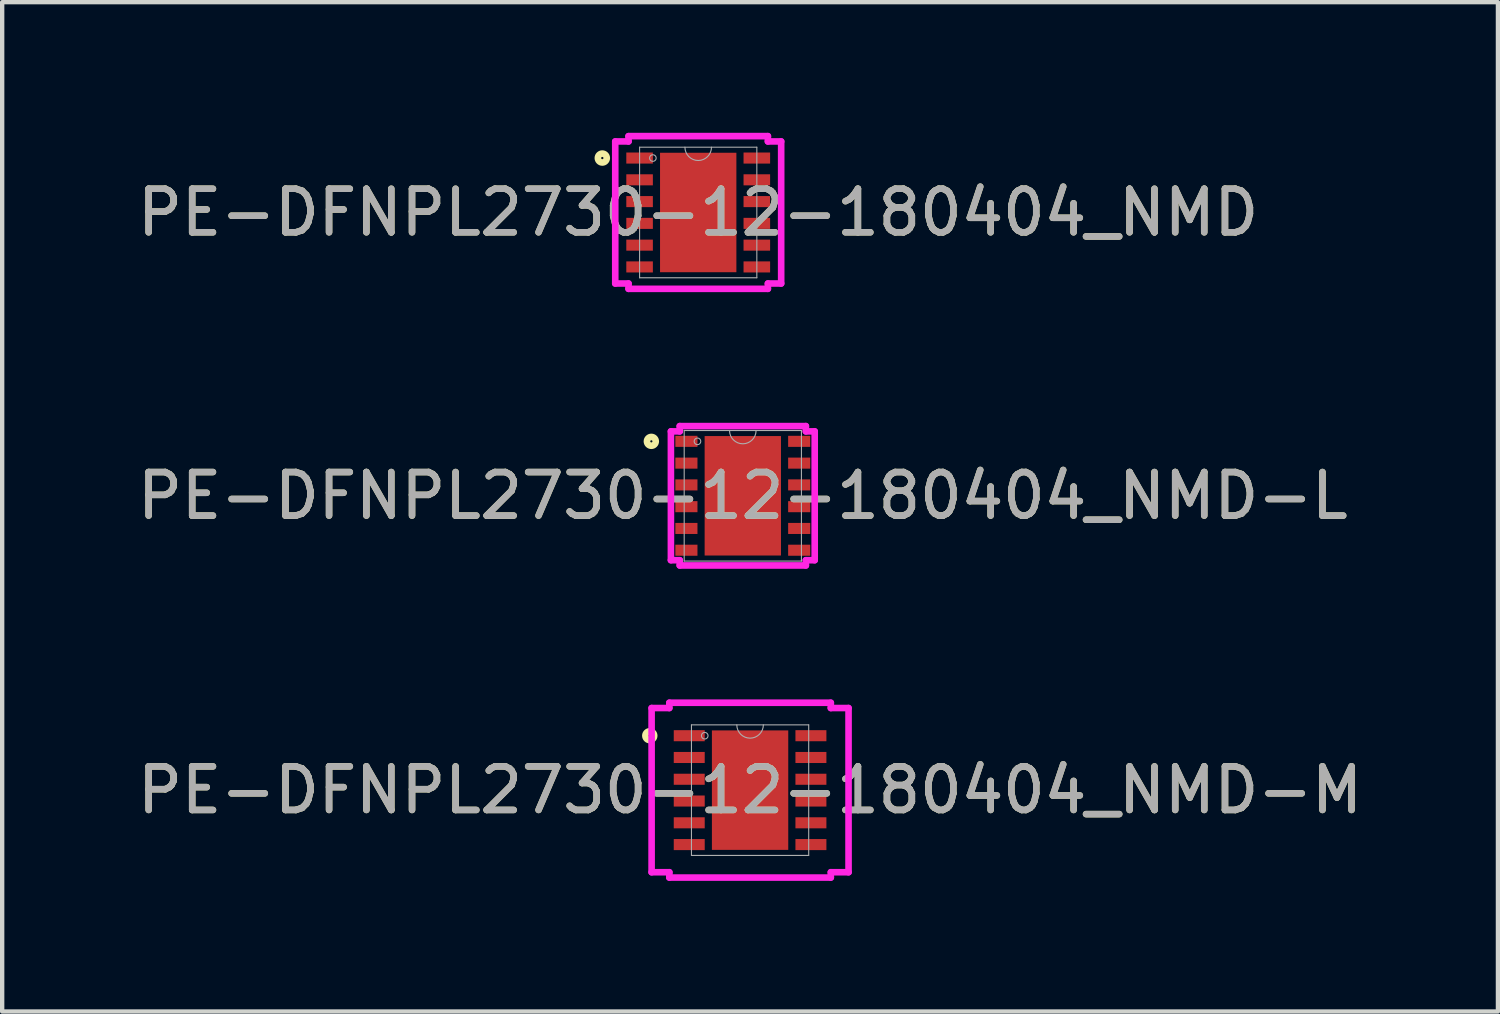
<source format=kicad_pcb>
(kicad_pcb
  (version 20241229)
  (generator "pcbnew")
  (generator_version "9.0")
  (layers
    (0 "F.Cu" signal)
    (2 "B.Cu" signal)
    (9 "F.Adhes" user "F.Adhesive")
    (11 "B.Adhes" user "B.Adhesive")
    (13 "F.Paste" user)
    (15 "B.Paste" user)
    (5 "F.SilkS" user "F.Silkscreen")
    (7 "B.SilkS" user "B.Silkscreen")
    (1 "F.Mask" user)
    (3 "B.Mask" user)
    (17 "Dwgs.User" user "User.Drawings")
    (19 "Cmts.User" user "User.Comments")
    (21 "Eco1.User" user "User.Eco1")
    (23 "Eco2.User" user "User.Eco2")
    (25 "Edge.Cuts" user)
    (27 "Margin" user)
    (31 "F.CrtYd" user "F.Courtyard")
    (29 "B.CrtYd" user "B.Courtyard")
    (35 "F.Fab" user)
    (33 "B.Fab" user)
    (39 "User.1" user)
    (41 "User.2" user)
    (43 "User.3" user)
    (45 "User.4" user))
  (footprint "PE-DFNPL2730-12-180404_NMD"
    (layer "F.Cu")
    (at 12.982 1.829)
    (property "Reference" "PE-DFNPL2730-12-180404_NMD" (at 0 0 0) (unlocked yes) (layer "F.SilkS") (effects (font (size 1 1) (thickness 0.15))))
    (attr smd)
    (fp_circle (center -2.202 -1.25) (end -2.1 -1.25) (stroke (width 0.152) (type solid)) (fill no) (layer "F.SilkS"))
    (fp_poly (pts (xy -0.776 -1.272) (xy -0.776 -0.1) (xy 0.776 -0.1) (xy 0.776 -1.272)) (stroke (width 0) (type solid)) (fill yes) (layer "F.Paste"))
    (fp_poly (pts (xy -0.776 0.1) (xy -0.776 1.272) (xy 0.776 1.272) (xy 0.776 0.1)) (stroke (width 0) (type solid)) (fill yes) (layer "F.Paste"))
    (fp_line (start -1.905 -1.631) (end -1.6 -1.631) (stroke (width 0.152) (type solid)) (layer "F.CrtYd"))
    (fp_line (start -1.905 1.631) (end -1.905 -1.631) (stroke (width 0.152) (type solid)) (layer "F.CrtYd"))
    (fp_line (start -1.905 1.631) (end -1.6 1.631) (stroke (width 0.152) (type solid)) (layer "F.CrtYd"))
    (fp_line (start -1.6 -1.753) (end 1.6 -1.753) (stroke (width 0.152) (type solid)) (layer "F.CrtYd"))
    (fp_line (start -1.6 -1.631) (end -1.6 -1.753) (stroke (width 0.152) (type solid)) (layer "F.CrtYd"))
    (fp_line (start -1.6 1.753) (end -1.6 1.631) (stroke (width 0.152) (type solid)) (layer "F.CrtYd"))
    (fp_line (start 1.6 -1.753) (end 1.6 -1.631) (stroke (width 0.152) (type solid)) (layer "F.CrtYd"))
    (fp_line (start 1.6 1.631) (end 1.6 1.753) (stroke (width 0.152) (type solid)) (layer "F.CrtYd"))
    (fp_line (start 1.6 1.753) (end -1.6 1.753) (stroke (width 0.152) (type solid)) (layer "F.CrtYd"))
    (fp_line (start 1.905 -1.631) (end 1.6 -1.631) (stroke (width 0.152) (type solid)) (layer "F.CrtYd"))
    (fp_line (start 1.905 -1.631) (end 1.905 1.631) (stroke (width 0.152) (type solid)) (layer "F.CrtYd"))
    (fp_line (start 1.905 1.631) (end 1.6 1.631) (stroke (width 0.152) (type solid)) (layer "F.CrtYd"))
    (fp_line (start -1.346 -1.499) (end -1.346 1.499) (stroke (width 0.025) (type solid)) (layer "F.Fab"))
    (fp_line (start -1.346 1.499) (end 1.346 1.499) (stroke (width 0.025) (type solid)) (layer "F.Fab"))
    (fp_line (start 1.346 -1.499) (end -1.346 -1.499) (stroke (width 0.025) (type solid)) (layer "F.Fab"))
    (fp_line (start 1.346 1.499) (end 1.346 -1.499) (stroke (width 0.025) (type solid)) (layer "F.Fab"))
    (fp_arc (start 0.3048 -1.4986) (mid 0 -1.1938) (end -0.3048 -1.4986) (stroke (width 0.0254) (type solid)) (layer "F.Fab"))
    (fp_circle (center -1.041 -1.25) (end -0.965 -1.25) (stroke (width 0.025) (type solid)) (fill no) (layer "F.Fab"))
    (fp_text user "${REFERENCE}" (at 0 0 0) (unlocked yes) (layer "F.Fab") (effects (font (size 1 1) (thickness 0.15))))
    (pad "1" smd rect (at -1.346 -1.25) (size 0.61 0.254) (layers "F.Cu" "F.Mask" "F.Paste"))
    (pad "2" smd rect (at -1.346 -0.75) (size 0.61 0.254) (layers "F.Cu" "F.Mask" "F.Paste"))
    (pad "3" smd rect (at -1.346 -0.25) (size 0.61 0.254) (layers "F.Cu" "F.Mask" "F.Paste"))
    (pad "4" smd rect (at -1.346 0.25) (size 0.61 0.254) (layers "F.Cu" "F.Mask" "F.Paste"))
    (pad "5" smd rect (at -1.346 0.75) (size 0.61 0.254) (layers "F.Cu" "F.Mask" "F.Paste"))
    (pad "6" smd rect (at -1.346 1.25) (size 0.61 0.254) (layers "F.Cu" "F.Mask" "F.Paste"))
    (pad "7" smd rect (at 1.346 1.25) (size 0.61 0.254) (layers "F.Cu" "F.Mask" "F.Paste"))
    (pad "8" smd rect (at 1.346 0.75) (size 0.61 0.254) (layers "F.Cu" "F.Mask" "F.Paste"))
    (pad "9" smd rect (at 1.346 0.25) (size 0.61 0.254) (layers "F.Cu" "F.Mask" "F.Paste"))
    (pad "10" smd rect (at 1.346 -0.25) (size 0.61 0.254) (layers "F.Cu" "F.Mask" "F.Paste"))
    (pad "11" smd rect (at 1.346 -0.75) (size 0.61 0.254) (layers "F.Cu" "F.Mask" "F.Paste"))
    (pad "12" smd rect (at 1.346 -1.25) (size 0.61 0.254) (layers "F.Cu" "F.Mask" "F.Paste"))
    (pad "13" smd rect (at 0 0) (size 1.753 2.743) (layers "F.Cu" "F.Mask" "F.Paste")))
  (footprint "PE-DFNPL2730-12-180404_NMD-L"
    (layer "F.Cu")
    (at 14.006 8.334)
    (property "Reference" "PE-DFNPL2730-12-180404_NMD-L" (at 0 0 0) (unlocked yes) (layer "F.SilkS") (effects (font (size 1 1) (thickness 0.15))))
    (attr smd)
    (fp_circle (center -2.1 -1.25) (end -1.999 -1.25) (stroke (width 0.152) (type solid)) (fill no) (layer "F.SilkS"))
    (fp_poly (pts (xy -0.776 -1.272) (xy -0.776 -0.1) (xy 0.776 -0.1) (xy 0.776 -1.272)) (stroke (width 0) (type solid)) (fill yes) (layer "F.Paste"))
    (fp_poly (pts (xy -0.776 0.1) (xy -0.776 1.272) (xy 0.776 1.272) (xy 0.776 0.1)) (stroke (width 0) (type solid)) (fill yes) (layer "F.Paste"))
    (fp_line (start -1.651 -1.479) (end -1.448 -1.479) (stroke (width 0.152) (type solid)) (layer "F.CrtYd"))
    (fp_line (start -1.651 1.479) (end -1.651 -1.479) (stroke (width 0.152) (type solid)) (layer "F.CrtYd"))
    (fp_line (start -1.651 1.479) (end -1.448 1.479) (stroke (width 0.152) (type solid)) (layer "F.CrtYd"))
    (fp_line (start -1.448 -1.6) (end 1.448 -1.6) (stroke (width 0.152) (type solid)) (layer "F.CrtYd"))
    (fp_line (start -1.448 -1.479) (end -1.448 -1.6) (stroke (width 0.152) (type solid)) (layer "F.CrtYd"))
    (fp_line (start -1.448 1.6) (end -1.448 1.479) (stroke (width 0.152) (type solid)) (layer "F.CrtYd"))
    (fp_line (start 1.448 -1.6) (end 1.448 -1.479) (stroke (width 0.152) (type solid)) (layer "F.CrtYd"))
    (fp_line (start 1.448 1.479) (end 1.448 1.6) (stroke (width 0.152) (type solid)) (layer "F.CrtYd"))
    (fp_line (start 1.448 1.6) (end -1.448 1.6) (stroke (width 0.152) (type solid)) (layer "F.CrtYd"))
    (fp_line (start 1.651 -1.479) (end 1.448 -1.479) (stroke (width 0.152) (type solid)) (layer "F.CrtYd"))
    (fp_line (start 1.651 -1.479) (end 1.651 1.479) (stroke (width 0.152) (type solid)) (layer "F.CrtYd"))
    (fp_line (start 1.651 1.479) (end 1.448 1.479) (stroke (width 0.152) (type solid)) (layer "F.CrtYd"))
    (fp_line (start -1.346 -1.499) (end -1.346 1.499) (stroke (width 0.025) (type solid)) (layer "F.Fab"))
    (fp_line (start -1.346 1.499) (end 1.346 1.499) (stroke (width 0.025) (type solid)) (layer "F.Fab"))
    (fp_line (start 1.346 -1.499) (end -1.346 -1.499) (stroke (width 0.025) (type solid)) (layer "F.Fab"))
    (fp_line (start 1.346 1.499) (end 1.346 -1.499) (stroke (width 0.025) (type solid)) (layer "F.Fab"))
    (fp_arc (start 0.3048 -1.4986) (mid 0 -1.1938) (end -0.3048 -1.4986) (stroke (width 0.0254) (type solid)) (layer "F.Fab"))
    (fp_circle (center -1.041 -1.25) (end -0.965 -1.25) (stroke (width 0.025) (type solid)) (fill no) (layer "F.Fab"))
    (fp_text user "${REFERENCE}" (at 0 0 0) (unlocked yes) (layer "F.Fab") (effects (font (size 1 1) (thickness 0.15))))
    (pad "1" smd rect (at -1.295 -1.25) (size 0.508 0.254) (layers "F.Cu" "F.Mask" "F.Paste"))
    (pad "2" smd rect (at -1.295 -0.75) (size 0.508 0.254) (layers "F.Cu" "F.Mask" "F.Paste"))
    (pad "3" smd rect (at -1.295 -0.25) (size 0.508 0.254) (layers "F.Cu" "F.Mask" "F.Paste"))
    (pad "4" smd rect (at -1.295 0.25) (size 0.508 0.254) (layers "F.Cu" "F.Mask" "F.Paste"))
    (pad "5" smd rect (at -1.295 0.75) (size 0.508 0.254) (layers "F.Cu" "F.Mask" "F.Paste"))
    (pad "6" smd rect (at -1.295 1.25) (size 0.508 0.254) (layers "F.Cu" "F.Mask" "F.Paste"))
    (pad "7" smd rect (at 1.295 1.25) (size 0.508 0.254) (layers "F.Cu" "F.Mask" "F.Paste"))
    (pad "8" smd rect (at 1.295 0.75) (size 0.508 0.254) (layers "F.Cu" "F.Mask" "F.Paste"))
    (pad "9" smd rect (at 1.295 0.25) (size 0.508 0.254) (layers "F.Cu" "F.Mask" "F.Paste"))
    (pad "10" smd rect (at 1.295 -0.25) (size 0.508 0.254) (layers "F.Cu" "F.Mask" "F.Paste"))
    (pad "11" smd rect (at 1.295 -0.75) (size 0.508 0.254) (layers "F.Cu" "F.Mask" "F.Paste"))
    (pad "12" smd rect (at 1.295 -1.25) (size 0.508 0.254) (layers "F.Cu" "F.Mask" "F.Paste"))
    (pad "13" smd rect (at 0 0) (size 1.753 2.743) (layers "F.Cu" "F.Mask" "F.Paste")))
  (footprint "PE-DFNPL2730-12-180404_NMD-M"
    (layer "F.Cu")
    (at 14.173 15.093)
    (property "Reference" "PE-DFNPL2730-12-180404_NMD-M" (at 0 0 0) (unlocked yes) (layer "F.SilkS") (effects (font (size 1 1) (thickness 0.15))))
    (attr smd)
    (fp_circle (center -2.303 -1.25) (end -2.202 -1.25) (stroke (width 0.152) (type solid)) (fill no) (layer "F.SilkS"))
    (fp_poly (pts (xy -0.776 -1.272) (xy -0.776 -0.1) (xy 0.776 -0.1) (xy 0.776 -1.272)) (stroke (width 0) (type solid)) (fill yes) (layer "F.Paste"))
    (fp_poly (pts (xy -0.776 0.1) (xy -0.776 1.272) (xy 0.776 1.272) (xy 0.776 0.1)) (stroke (width 0) (type solid)) (fill yes) (layer "F.Paste"))
    (fp_line (start -2.261 -1.885) (end -1.854 -1.885) (stroke (width 0.152) (type solid)) (layer "F.CrtYd"))
    (fp_line (start -2.261 1.885) (end -2.261 -1.885) (stroke (width 0.152) (type solid)) (layer "F.CrtYd"))
    (fp_line (start -2.261 1.885) (end -1.854 1.885) (stroke (width 0.152) (type solid)) (layer "F.CrtYd"))
    (fp_line (start -1.854 -2.007) (end 1.854 -2.007) (stroke (width 0.152) (type solid)) (layer "F.CrtYd"))
    (fp_line (start -1.854 -1.885) (end -1.854 -2.007) (stroke (width 0.152) (type solid)) (layer "F.CrtYd"))
    (fp_line (start -1.854 2.007) (end -1.854 1.885) (stroke (width 0.152) (type solid)) (layer "F.CrtYd"))
    (fp_line (start 1.854 -2.007) (end 1.854 -1.885) (stroke (width 0.152) (type solid)) (layer "F.CrtYd"))
    (fp_line (start 1.854 1.885) (end 1.854 2.007) (stroke (width 0.152) (type solid)) (layer "F.CrtYd"))
    (fp_line (start 1.854 2.007) (end -1.854 2.007) (stroke (width 0.152) (type solid)) (layer "F.CrtYd"))
    (fp_line (start 2.261 -1.885) (end 1.854 -1.885) (stroke (width 0.152) (type solid)) (layer "F.CrtYd"))
    (fp_line (start 2.261 -1.885) (end 2.261 1.885) (stroke (width 0.152) (type solid)) (layer "F.CrtYd"))
    (fp_line (start 2.261 1.885) (end 1.854 1.885) (stroke (width 0.152) (type solid)) (layer "F.CrtYd"))
    (fp_line (start -1.346 -1.499) (end -1.346 1.499) (stroke (width 0.025) (type solid)) (layer "F.Fab"))
    (fp_line (start -1.346 1.499) (end 1.346 1.499) (stroke (width 0.025) (type solid)) (layer "F.Fab"))
    (fp_line (start 1.346 -1.499) (end -1.346 -1.499) (stroke (width 0.025) (type solid)) (layer "F.Fab"))
    (fp_line (start 1.346 1.499) (end 1.346 -1.499) (stroke (width 0.025) (type solid)) (layer "F.Fab"))
    (fp_arc (start 0.3048 -1.4986) (mid 0 -1.1938) (end -0.3048 -1.4986) (stroke (width 0.0254) (type solid)) (layer "F.Fab"))
    (fp_circle (center -1.041 -1.25) (end -0.965 -1.25) (stroke (width 0.025) (type solid)) (fill no) (layer "F.Fab"))
    (fp_text user "${REFERENCE}" (at 0 0 0) (unlocked yes) (layer "F.Fab") (effects (font (size 1 1) (thickness 0.15))))
    (pad "1" smd rect (at -1.397 -1.25) (size 0.711 0.254) (layers "F.Cu" "F.Mask" "F.Paste"))
    (pad "2" smd rect (at -1.397 -0.75) (size 0.711 0.254) (layers "F.Cu" "F.Mask" "F.Paste"))
    (pad "3" smd rect (at -1.397 -0.25) (size 0.711 0.254) (layers "F.Cu" "F.Mask" "F.Paste"))
    (pad "4" smd rect (at -1.397 0.25) (size 0.711 0.254) (layers "F.Cu" "F.Mask" "F.Paste"))
    (pad "5" smd rect (at -1.397 0.75) (size 0.711 0.254) (layers "F.Cu" "F.Mask" "F.Paste"))
    (pad "6" smd rect (at -1.397 1.25) (size 0.711 0.254) (layers "F.Cu" "F.Mask" "F.Paste"))
    (pad "7" smd rect (at 1.397 1.25) (size 0.711 0.254) (layers "F.Cu" "F.Mask" "F.Paste"))
    (pad "8" smd rect (at 1.397 0.75) (size 0.711 0.254) (layers "F.Cu" "F.Mask" "F.Paste"))
    (pad "9" smd rect (at 1.397 0.25) (size 0.711 0.254) (layers "F.Cu" "F.Mask" "F.Paste"))
    (pad "10" smd rect (at 1.397 -0.25) (size 0.711 0.254) (layers "F.Cu" "F.Mask" "F.Paste"))
    (pad "11" smd rect (at 1.397 -0.75) (size 0.711 0.254) (layers "F.Cu" "F.Mask" "F.Paste"))
    (pad "12" smd rect (at 1.397 -1.25) (size 0.711 0.254) (layers "F.Cu" "F.Mask" "F.Paste"))
    (pad "13" smd rect (at 0 0) (size 1.753 2.743) (layers "F.Cu" "F.Mask" "F.Paste")))
  (gr_rect
    (start -3 -3)
    (end 31.345 20.176)
    (stroke (width 0.1) (type default))
    (fill no)
    (layer "Edge.Cuts")))
</source>
